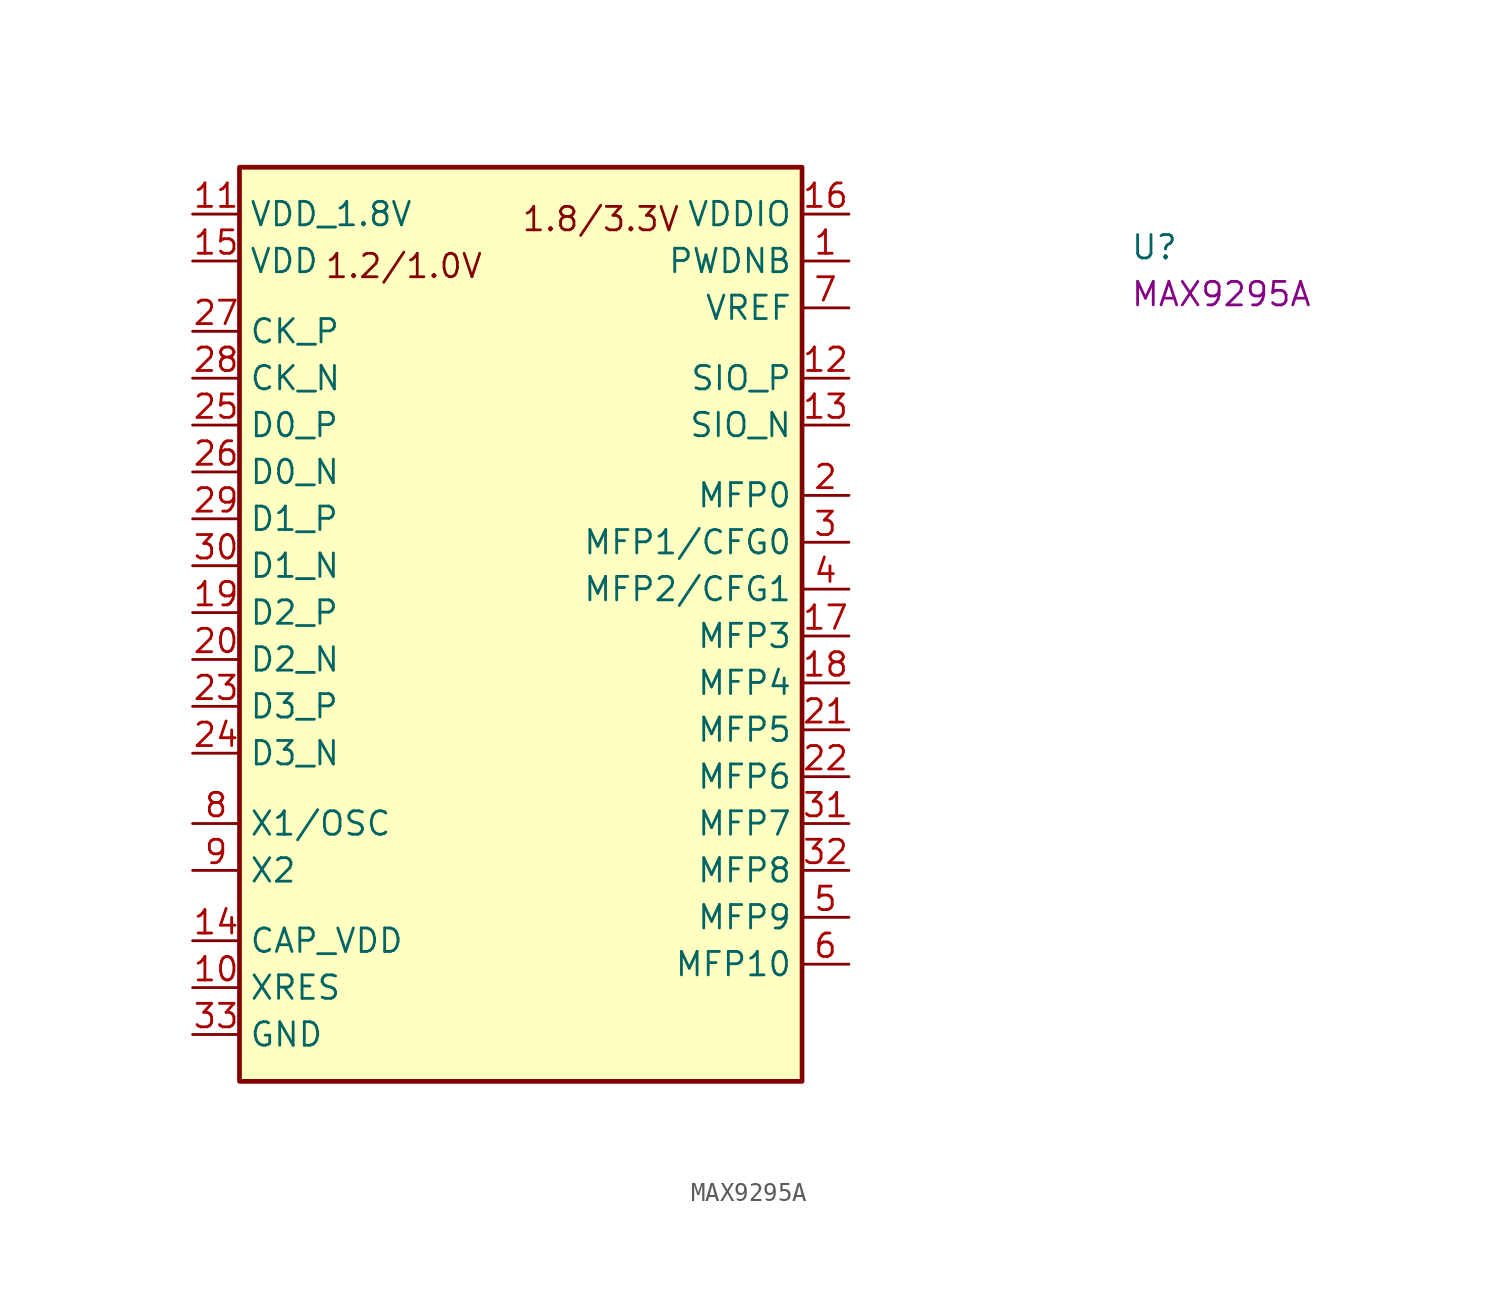
<source format=kicad_sym>
(kicad_symbol_lib
  (version 20220914)
  (generator kicad_symbol_editor)
  (symbol "MAX9295A"
    (property "Reference" "U"
      (at 50.8 -2.54 0)
      (effects (font (size 1.27 1.27) (thickness 0.15)) (justify left bottom)))
    (property "MPN" "MAX9295A"
      (at 50.8 -5.08 0)
      (effects (font (size 1.27 1.27) (thickness 0.15)) (justify left bottom)))
    (symbol "MAX9295A_1_1"
      (rectangle (start 2.54 2.54) (end 33.02 -46.99) (stroke (width 0.254) (type default)) (fill (type background)))
      (text "1.2/1.0V" (at 7.112 -3.556 0) (effects (font (size 1.27 1.27) (thickness 0.15)) (justify left bottom)))
      (text "1.8/3.3V" (at 17.78 -1.016 0) (effects (font (size 1.27 1.27) (thickness 0.15)) (justify left bottom)))
      (pin passive line (at 35.56 -2.54 180) (length 2.54) (name "PWDNB" (effects (font (size 1.27 1.27)))) (number "1" (effects (font (size 1.27 1.27)))))
      (pin input line (at 0 -41.91 0) (length 2.54) (name "XRES" (effects (font (size 1.27 1.27)))) (number "10" (effects (font (size 1.27 1.27)))))
      (pin power_in line (at 0 0 0) (length 2.54) (name "VDD_1.8V" (effects (font (size 1.27 1.27)))) (number "11" (effects (font (size 1.27 1.27)))))
      (pin bidirectional line (at 35.56 -8.89 180) (length 2.54) (name "SIO_P" (effects (font (size 1.27 1.27)))) (number "12" (effects (font (size 1.27 1.27)))))
      (pin bidirectional line (at 35.56 -11.43 180) (length 2.54) (name "SIO_N" (effects (font (size 1.27 1.27)))) (number "13" (effects (font (size 1.27 1.27)))))
      (pin passive line (at 0 -39.37 0) (length 2.54) (name "CAP_VDD" (effects (font (size 1.27 1.27)))) (number "14" (effects (font (size 1.27 1.27)))))
      (pin power_in line (at 0 -2.54 0) (length 2.54) (name "VDD" (effects (font (size 1.27 1.27)))) (number "15" (effects (font (size 1.27 1.27)))))
      (pin power_in line (at 35.56 0 180) (length 2.54) (name "VDDIO" (effects (font (size 1.27 1.27)))) (number "16" (effects (font (size 1.27 1.27)))))
      (pin bidirectional line (at 35.56 -22.86 180) (length 2.54) (name "MFP3" (effects (font (size 1.27 1.27)))) (number "17" (effects (font (size 1.27 1.27)))))
      (pin bidirectional line (at 35.56 -25.4 180) (length 2.54) (name "MFP4" (effects (font (size 1.27 1.27)))) (number "18" (effects (font (size 1.27 1.27)))))
      (pin input line (at 0 -21.59 0) (length 2.54) (name "D2_P" (effects (font (size 1.27 1.27)))) (number "19" (effects (font (size 1.27 1.27)))))
      (pin bidirectional line (at 35.56 -15.24 180) (length 2.54) (name "MFP0" (effects (font (size 1.27 1.27)))) (number "2" (effects (font (size 1.27 1.27)))))
      (pin input line (at 0 -24.13 0) (length 2.54) (name "D2_N" (effects (font (size 1.27 1.27)))) (number "20" (effects (font (size 1.27 1.27)))))
      (pin bidirectional line (at 35.56 -27.94 180) (length 2.54) (name "MFP5" (effects (font (size 1.27 1.27)))) (number "21" (effects (font (size 1.27 1.27)))))
      (pin bidirectional line (at 35.56 -30.48 180) (length 2.54) (name "MFP6" (effects (font (size 1.27 1.27)))) (number "22" (effects (font (size 1.27 1.27)))))
      (pin input line (at 0 -26.67 0) (length 2.54) (name "D3_P" (effects (font (size 1.27 1.27)))) (number "23" (effects (font (size 1.27 1.27)))))
      (pin input line (at 0 -29.21 0) (length 2.54) (name "D3_N" (effects (font (size 1.27 1.27)))) (number "24" (effects (font (size 1.27 1.27)))))
      (pin input line (at 0 -11.43 0) (length 2.54) (name "D0_P" (effects (font (size 1.27 1.27)))) (number "25" (effects (font (size 1.27 1.27)))))
      (pin input line (at 0 -13.97 0) (length 2.54) (name "D0_N" (effects (font (size 1.27 1.27)))) (number "26" (effects (font (size 1.27 1.27)))))
      (pin input line (at 0 -6.35 0) (length 2.54) (name "CK_P" (effects (font (size 1.27 1.27)))) (number "27" (effects (font (size 1.27 1.27)))))
      (pin input line (at 0 -8.89 0) (length 2.54) (name "CK_N" (effects (font (size 1.27 1.27)))) (number "28" (effects (font (size 1.27 1.27)))))
      (pin input line (at 0 -16.51 0) (length 2.54) (name "D1_P" (effects (font (size 1.27 1.27)))) (number "29" (effects (font (size 1.27 1.27)))))
      (pin bidirectional line (at 35.56 -17.78 180) (length 2.54) (name "MFP1/CFG0" (effects (font (size 1.27 1.27)))) (number "3" (effects (font (size 1.27 1.27)))))
      (pin input line (at 0 -19.05 0) (length 2.54) (name "D1_N" (effects (font (size 1.27 1.27)))) (number "30" (effects (font (size 1.27 1.27)))))
      (pin bidirectional line (at 35.56 -33.02 180) (length 2.54) (name "MFP7" (effects (font (size 1.27 1.27)))) (number "31" (effects (font (size 1.27 1.27)))))
      (pin bidirectional line (at 35.56 -35.56 180) (length 2.54) (name "MFP8" (effects (font (size 1.27 1.27)))) (number "32" (effects (font (size 1.27 1.27)))))
      (pin passive line (at 0 -44.45 0) (length 2.54) (name "GND" (effects (font (size 1.27 1.27)))) (number "33" (effects (font (size 1.27 1.27)))))
      (pin bidirectional line (at 35.56 -20.32 180) (length 2.54) (name "MFP2/CFG1" (effects (font (size 1.27 1.27)))) (number "4" (effects (font (size 1.27 1.27)))))
      (pin bidirectional line (at 35.56 -38.1 180) (length 2.54) (name "MFP9" (effects (font (size 1.27 1.27)))) (number "5" (effects (font (size 1.27 1.27)))))
      (pin bidirectional line (at 35.56 -40.64 180) (length 2.54) (name "MFP10" (effects (font (size 1.27 1.27)))) (number "6" (effects (font (size 1.27 1.27)))))
      (pin passive line (at 35.56 -5.08 180) (length 2.54) (name "VREF" (effects (font (size 1.27 1.27)))) (number "7" (effects (font (size 1.27 1.27)))))
      (pin input line (at 0 -33.02 0) (length 2.54) (name "X1/OSC" (effects (font (size 1.27 1.27)))) (number "8" (effects (font (size 1.27 1.27)))))
      (pin input line (at 0 -35.56 0) (length 2.54) (name "X2" (effects (font (size 1.27 1.27)))) (number "9" (effects (font (size 1.27 1.27))))))))
</source>
